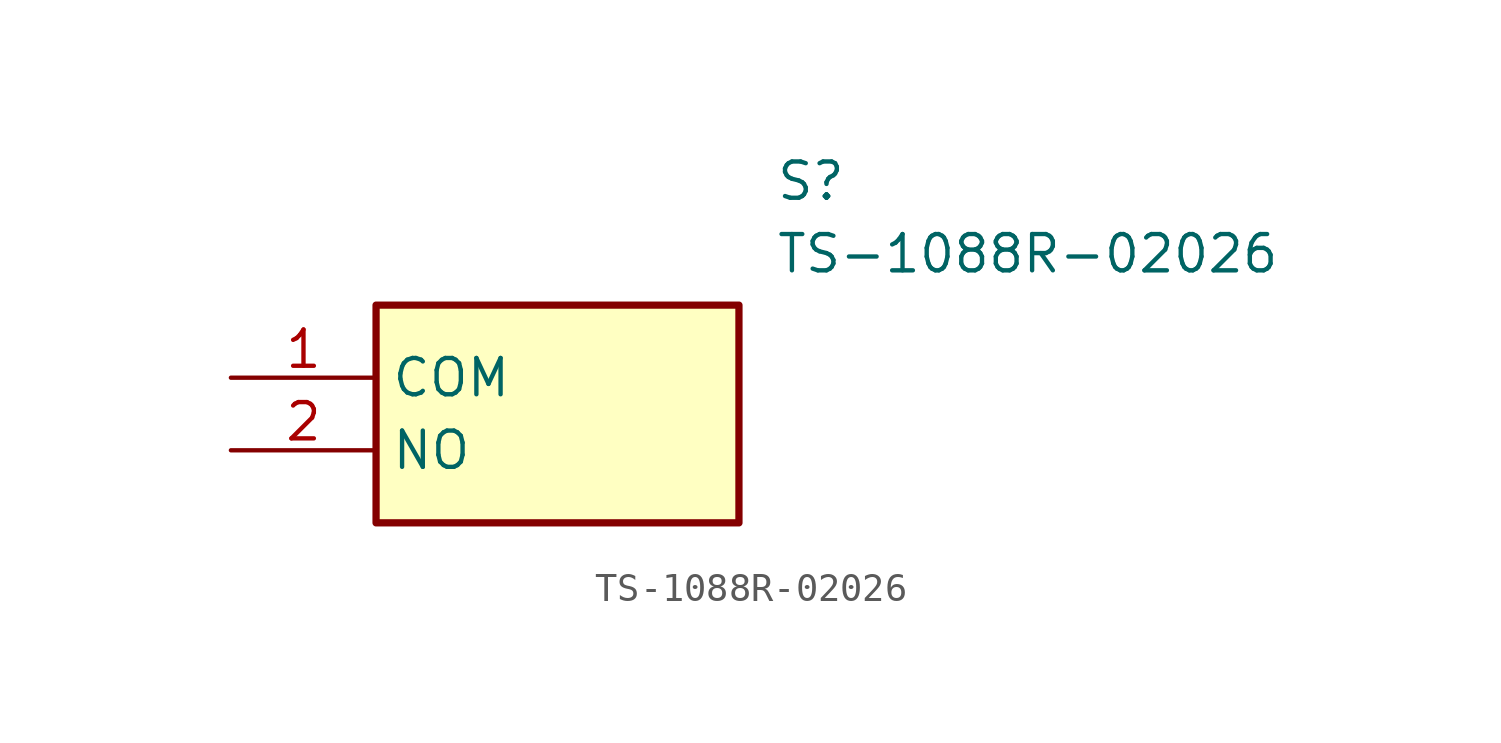
<source format=kicad_sym>
(kicad_symbol_lib
  (version 20211014)
  (generator SamacSys_ECAD_Model)
  (symbol "TS-1088R-02026"
    (property "Reference" "S"
      (at 19.05 7.62 0)
      (effects (font (size 1.27 1.27)) (justify left top)))
    (property "Value" "TS-1088R-02026"
      (at 19.05 5.08 0)
      (effects (font (size 1.27 1.27)) (justify left top)))
    (rectangle
      (start 5.08 2.54)
      (end 17.78 -5.08)
      (stroke (width 0.254) (type default))
      (fill (type background)))
    (pin passive line
      (at 0 0 0)
      (length 5.08)
      (name "COM" (effects (font (size 1.27 1.27))))
      (number "1" (effects (font (size 1.27 1.27)))))
    (pin passive line
      (at 0 -2.54 0)
      (length 5.08)
      (name "NO" (effects (font (size 1.27 1.27))))
      (number "2" (effects (font (size 1.27 1.27)))))))
</source>
